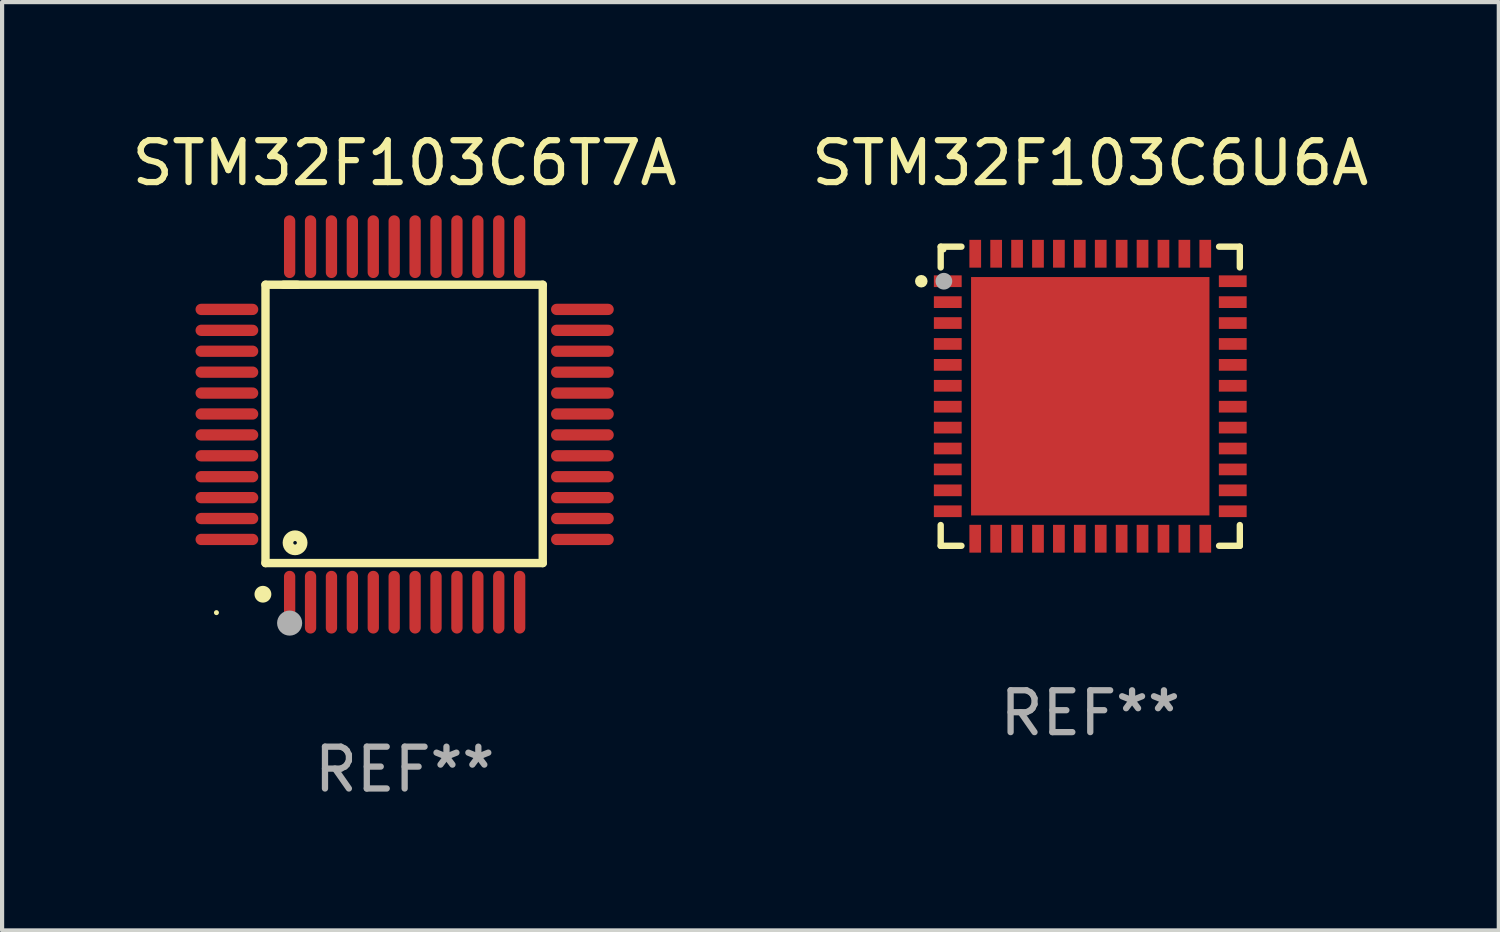
<source format=kicad_pcb>
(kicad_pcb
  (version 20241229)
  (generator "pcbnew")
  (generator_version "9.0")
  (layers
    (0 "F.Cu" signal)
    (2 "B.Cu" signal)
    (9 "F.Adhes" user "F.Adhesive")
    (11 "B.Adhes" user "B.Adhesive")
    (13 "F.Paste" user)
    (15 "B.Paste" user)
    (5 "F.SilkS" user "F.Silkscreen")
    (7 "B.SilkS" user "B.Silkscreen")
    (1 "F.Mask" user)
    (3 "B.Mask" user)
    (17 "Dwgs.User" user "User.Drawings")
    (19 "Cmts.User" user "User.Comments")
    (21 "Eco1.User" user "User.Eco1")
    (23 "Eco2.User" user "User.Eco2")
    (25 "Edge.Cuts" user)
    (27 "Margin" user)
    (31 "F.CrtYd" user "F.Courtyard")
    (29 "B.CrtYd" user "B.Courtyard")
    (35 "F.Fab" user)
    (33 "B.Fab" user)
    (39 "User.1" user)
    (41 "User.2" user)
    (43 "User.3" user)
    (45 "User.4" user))
  (footprint "STM32F103C6U6A"
    (layer "F.Cu")
    (at 23.018 6.424)
    (property "Reference" "STM32F103C6U6A" (at 0 -5.576 0) (layer "F.SilkS") (effects (font (size 1 1) (thickness 0.15))))
    (attr through_hole)
    (fp_line (start -3.576 -3.576) (end -3.576 -3.08) (stroke (width 0.152) (type solid)) (layer "F.SilkS"))
    (fp_line (start -3.576 3.576) (end -3.576 3.08) (stroke (width 0.152) (type solid)) (layer "F.SilkS"))
    (fp_line (start -3.08 -3.576) (end -3.576 -3.576) (stroke (width 0.152) (type solid)) (layer "F.SilkS"))
    (fp_line (start -3.08 3.576) (end -3.576 3.576) (stroke (width 0.152) (type solid)) (layer "F.SilkS"))
    (fp_line (start 3.08 -3.576) (end 3.576 -3.576) (stroke (width 0.152) (type solid)) (layer "F.SilkS"))
    (fp_line (start 3.08 3.576) (end 3.576 3.576) (stroke (width 0.152) (type solid)) (layer "F.SilkS"))
    (fp_line (start 3.576 -3.576) (end 3.576 -3.08) (stroke (width 0.152) (type solid)) (layer "F.SilkS"))
    (fp_line (start 3.576 3.576) (end 3.576 3.08) (stroke (width 0.152) (type solid)) (layer "F.SilkS"))
    (fp_circle (center -4.04 -2.75) (end -3.965 -2.75) (stroke (width 0.15) (type solid)) (fill no) (layer "F.SilkS"))
    (fp_circle (center -3.5 -3.5) (end -3.47 -3.5) (stroke (width 0.06) (type solid)) (fill no) (layer "F.SilkS"))
    (fp_circle (center -3.5 -2.75) (end -3.4 -2.75) (stroke (width 0.2) (type solid)) (fill no) (layer "F.Fab"))
    (fp_text user "REF**" (at 0 7.576 0) (layer "F.Fab") (effects (font (size 1 1) (thickness 0.15))))
    (pad "1" smd rect (at -3.407 -2.75) (size 0.665 0.28) (layers "F.Cu" "F.Mask" "F.Paste"))
    (pad "2" smd rect (at -3.407 -2.25) (size 0.665 0.28) (layers "F.Cu" "F.Mask" "F.Paste"))
    (pad "3" smd rect (at -3.407 -1.75) (size 0.665 0.28) (layers "F.Cu" "F.Mask" "F.Paste"))
    (pad "4" smd rect (at -3.407 -1.25) (size 0.665 0.28) (layers "F.Cu" "F.Mask" "F.Paste"))
    (pad "5" smd rect (at -3.407 -0.75) (size 0.665 0.28) (layers "F.Cu" "F.Mask" "F.Paste"))
    (pad "6" smd rect (at -3.407 -0.25) (size 0.665 0.28) (layers "F.Cu" "F.Mask" "F.Paste"))
    (pad "7" smd rect (at -3.407 0.25) (size 0.665 0.28) (layers "F.Cu" "F.Mask" "F.Paste"))
    (pad "8" smd rect (at -3.407 0.75) (size 0.665 0.28) (layers "F.Cu" "F.Mask" "F.Paste"))
    (pad "9" smd rect (at -3.407 1.25) (size 0.665 0.28) (layers "F.Cu" "F.Mask" "F.Paste"))
    (pad "10" smd rect (at -3.407 1.75) (size 0.665 0.28) (layers "F.Cu" "F.Mask" "F.Paste"))
    (pad "11" smd rect (at -3.407 2.25) (size 0.665 0.28) (layers "F.Cu" "F.Mask" "F.Paste"))
    (pad "12" smd rect (at -3.407 2.75) (size 0.665 0.28) (layers "F.Cu" "F.Mask" "F.Paste"))
    (pad "13" smd rect (at -2.75 3.407) (size 0.28 0.665) (layers "F.Cu" "F.Mask" "F.Paste"))
    (pad "14" smd rect (at -2.25 3.407) (size 0.28 0.665) (layers "F.Cu" "F.Mask" "F.Paste"))
    (pad "15" smd rect (at -1.75 3.407) (size 0.28 0.665) (layers "F.Cu" "F.Mask" "F.Paste"))
    (pad "16" smd rect (at -1.25 3.407) (size 0.28 0.665) (layers "F.Cu" "F.Mask" "F.Paste"))
    (pad "17" smd rect (at -0.75 3.407) (size 0.28 0.665) (layers "F.Cu" "F.Mask" "F.Paste"))
    (pad "18" smd rect (at -0.25 3.407) (size 0.28 0.665) (layers "F.Cu" "F.Mask" "F.Paste"))
    (pad "19" smd rect (at 0.25 3.407) (size 0.28 0.665) (layers "F.Cu" "F.Mask" "F.Paste"))
    (pad "20" smd rect (at 0.75 3.407) (size 0.28 0.665) (layers "F.Cu" "F.Mask" "F.Paste"))
    (pad "21" smd rect (at 1.25 3.407) (size 0.28 0.665) (layers "F.Cu" "F.Mask" "F.Paste"))
    (pad "22" smd rect (at 1.75 3.407) (size 0.28 0.665) (layers "F.Cu" "F.Mask" "F.Paste"))
    (pad "23" smd rect (at 2.25 3.407) (size 0.28 0.665) (layers "F.Cu" "F.Mask" "F.Paste"))
    (pad "24" smd rect (at 2.75 3.407) (size 0.28 0.665) (layers "F.Cu" "F.Mask" "F.Paste"))
    (pad "25" smd rect (at 3.407 2.75) (size 0.665 0.28) (layers "F.Cu" "F.Mask" "F.Paste"))
    (pad "26" smd rect (at 3.407 2.25) (size 0.665 0.28) (layers "F.Cu" "F.Mask" "F.Paste"))
    (pad "27" smd rect (at 3.407 1.75) (size 0.665 0.28) (layers "F.Cu" "F.Mask" "F.Paste"))
    (pad "28" smd rect (at 3.407 1.25) (size 0.665 0.28) (layers "F.Cu" "F.Mask" "F.Paste"))
    (pad "29" smd rect (at 3.407 0.75) (size 0.665 0.28) (layers "F.Cu" "F.Mask" "F.Paste"))
    (pad "30" smd rect (at 3.407 0.25) (size 0.665 0.28) (layers "F.Cu" "F.Mask" "F.Paste"))
    (pad "31" smd rect (at 3.407 -0.25) (size 0.665 0.28) (layers "F.Cu" "F.Mask" "F.Paste"))
    (pad "32" smd rect (at 3.407 -0.75) (size 0.665 0.28) (layers "F.Cu" "F.Mask" "F.Paste"))
    (pad "33" smd rect (at 3.407 -1.25) (size 0.665 0.28) (layers "F.Cu" "F.Mask" "F.Paste"))
    (pad "34" smd rect (at 3.407 -1.75) (size 0.665 0.28) (layers "F.Cu" "F.Mask" "F.Paste"))
    (pad "35" smd rect (at 3.407 -2.25) (size 0.665 0.28) (layers "F.Cu" "F.Mask" "F.Paste"))
    (pad "36" smd rect (at 3.407 -2.75) (size 0.665 0.28) (layers "F.Cu" "F.Mask" "F.Paste"))
    (pad "37" smd rect (at 2.75 -3.407) (size 0.28 0.665) (layers "F.Cu" "F.Mask" "F.Paste"))
    (pad "38" smd rect (at 2.25 -3.407) (size 0.28 0.665) (layers "F.Cu" "F.Mask" "F.Paste"))
    (pad "39" smd rect (at 1.75 -3.407) (size 0.28 0.665) (layers "F.Cu" "F.Mask" "F.Paste"))
    (pad "40" smd rect (at 1.25 -3.407) (size 0.28 0.665) (layers "F.Cu" "F.Mask" "F.Paste"))
    (pad "41" smd rect (at 0.75 -3.407) (size 0.28 0.665) (layers "F.Cu" "F.Mask" "F.Paste"))
    (pad "42" smd rect (at 0.25 -3.407) (size 0.28 0.665) (layers "F.Cu" "F.Mask" "F.Paste"))
    (pad "43" smd rect (at -0.25 -3.407) (size 0.28 0.665) (layers "F.Cu" "F.Mask" "F.Paste"))
    (pad "44" smd rect (at -0.75 -3.407) (size 0.28 0.665) (layers "F.Cu" "F.Mask" "F.Paste"))
    (pad "45" smd rect (at -1.25 -3.407) (size 0.28 0.665) (layers "F.Cu" "F.Mask" "F.Paste"))
    (pad "46" smd rect (at -1.75 -3.407) (size 0.28 0.665) (layers "F.Cu" "F.Mask" "F.Paste"))
    (pad "47" smd rect (at -2.25 -3.407) (size 0.28 0.665) (layers "F.Cu" "F.Mask" "F.Paste"))
    (pad "48" smd rect (at -2.75 -3.407) (size 0.28 0.665) (layers "F.Cu" "F.Mask" "F.Paste"))
    (pad "49" smd rect (at 0 0) (size 5.7 5.7) (layers "F.Cu" "F.Mask" "F.Paste")))
  (footprint "STM32F103C6T7A"
    (layer "F.Cu")
    (at 6.625 7.098)
    (property "Reference" "STM32F103C6T7A" (at 0 -6.25 0) (layer "F.SilkS") (effects (font (size 1 1) (thickness 0.15))))
    (attr through_hole)
    (fp_line (start -3.327 -3.34) (end -2.565 -3.34) (stroke (width 0.2) (type solid)) (layer "F.SilkS"))
    (fp_line (start -3.327 3.315) (end -3.327 -3.34) (stroke (width 0.2) (type solid)) (layer "F.SilkS"))
    (fp_line (start -2.896 -3.34) (end 3.302 -3.34) (stroke (width 0.2) (type solid)) (layer "F.SilkS"))
    (fp_line (start 3.302 -3.34) (end 3.302 3.315) (stroke (width 0.2) (type solid)) (layer "F.SilkS"))
    (fp_line (start 3.302 3.315) (end -3.327 3.315) (stroke (width 0.2) (type solid)) (layer "F.SilkS"))
    (fp_arc (start -3.389992 4.059995) (mid -3.388722 4.059991) (end -3.387452 4.059995) (stroke (width 0.4) (type solid)) (layer "F.SilkS"))
    (fp_circle (center -4.5 4.5) (end -4.47 4.5) (stroke (width 0.06) (type solid)) (fill no) (layer "F.SilkS"))
    (fp_circle (center -2.62 2.83) (end -2.45 2.83) (stroke (width 0.254) (type solid)) (fill no) (layer "F.SilkS"))
    (fp_circle (center -2.75 4.75) (end -2.6 4.75) (stroke (width 0.3) (type solid)) (fill no) (layer "F.Fab"))
    (fp_text user "REF**" (at 0 8.25 0) (layer "F.Fab") (effects (font (size 1 1) (thickness 0.15))))
    (pad "1" smd oval (at -2.75 4.25) (size 0.27 1.5) (layers "F.Cu" "F.Mask" "F.Paste"))
    (pad "2" smd oval (at -2.25 4.25) (size 0.27 1.5) (layers "F.Cu" "F.Mask" "F.Paste"))
    (pad "3" smd oval (at -1.75 4.25) (size 0.27 1.5) (layers "F.Cu" "F.Mask" "F.Paste"))
    (pad "4" smd oval (at -1.25 4.25) (size 0.27 1.5) (layers "F.Cu" "F.Mask" "F.Paste"))
    (pad "5" smd oval (at -0.75 4.25) (size 0.27 1.5) (layers "F.Cu" "F.Mask" "F.Paste"))
    (pad "6" smd oval (at -0.25 4.25) (size 0.27 1.5) (layers "F.Cu" "F.Mask" "F.Paste"))
    (pad "7" smd oval (at 0.25 4.25) (size 0.27 1.5) (layers "F.Cu" "F.Mask" "F.Paste"))
    (pad "8" smd oval (at 0.75 4.25) (size 0.27 1.5) (layers "F.Cu" "F.Mask" "F.Paste"))
    (pad "9" smd oval (at 1.25 4.25) (size 0.27 1.5) (layers "F.Cu" "F.Mask" "F.Paste"))
    (pad "10" smd oval (at 1.75 4.25) (size 0.27 1.5) (layers "F.Cu" "F.Mask" "F.Paste"))
    (pad "11" smd oval (at 2.25 4.25) (size 0.27 1.5) (layers "F.Cu" "F.Mask" "F.Paste"))
    (pad "12" smd oval (at 2.75 4.25) (size 0.27 1.5) (layers "F.Cu" "F.Mask" "F.Paste"))
    (pad "13" smd oval (at 4.25 2.75) (size 1.5 0.27) (layers "F.Cu" "F.Mask" "F.Paste"))
    (pad "14" smd oval (at 4.25 2.25) (size 1.5 0.27) (layers "F.Cu" "F.Mask" "F.Paste"))
    (pad "15" smd oval (at 4.25 1.75) (size 1.5 0.27) (layers "F.Cu" "F.Mask" "F.Paste"))
    (pad "16" smd oval (at 4.25 1.25) (size 1.5 0.27) (layers "F.Cu" "F.Mask" "F.Paste"))
    (pad "17" smd oval (at 4.25 0.75) (size 1.5 0.27) (layers "F.Cu" "F.Mask" "F.Paste"))
    (pad "18" smd oval (at 4.25 0.25) (size 1.5 0.27) (layers "F.Cu" "F.Mask" "F.Paste"))
    (pad "19" smd oval (at 4.25 -0.25) (size 1.5 0.27) (layers "F.Cu" "F.Mask" "F.Paste"))
    (pad "20" smd oval (at 4.25 -0.75) (size 1.5 0.27) (layers "F.Cu" "F.Mask" "F.Paste"))
    (pad "21" smd oval (at 4.25 -1.25) (size 1.5 0.27) (layers "F.Cu" "F.Mask" "F.Paste"))
    (pad "22" smd oval (at 4.25 -1.75) (size 1.5 0.27) (layers "F.Cu" "F.Mask" "F.Paste"))
    (pad "23" smd oval (at 4.25 -2.25) (size 1.5 0.27) (layers "F.Cu" "F.Mask" "F.Paste"))
    (pad "24" smd oval (at 4.25 -2.75) (size 1.5 0.27) (layers "F.Cu" "F.Mask" "F.Paste"))
    (pad "25" smd oval (at 2.75 -4.25) (size 0.27 1.5) (layers "F.Cu" "F.Mask" "F.Paste"))
    (pad "26" smd oval (at 2.25 -4.25) (size 0.27 1.5) (layers "F.Cu" "F.Mask" "F.Paste"))
    (pad "27" smd oval (at 1.75 -4.25) (size 0.27 1.5) (layers "F.Cu" "F.Mask" "F.Paste"))
    (pad "28" smd oval (at 1.25 -4.25) (size 0.27 1.5) (layers "F.Cu" "F.Mask" "F.Paste"))
    (pad "29" smd oval (at 0.75 -4.25) (size 0.27 1.5) (layers "F.Cu" "F.Mask" "F.Paste"))
    (pad "30" smd oval (at 0.25 -4.25) (size 0.27 1.5) (layers "F.Cu" "F.Mask" "F.Paste"))
    (pad "31" smd oval (at -0.25 -4.25) (size 0.27 1.5) (layers "F.Cu" "F.Mask" "F.Paste"))
    (pad "32" smd oval (at -0.75 -4.25) (size 0.27 1.5) (layers "F.Cu" "F.Mask" "F.Paste"))
    (pad "33" smd oval (at -1.25 -4.25) (size 0.27 1.5) (layers "F.Cu" "F.Mask" "F.Paste"))
    (pad "34" smd oval (at -1.75 -4.25) (size 0.27 1.5) (layers "F.Cu" "F.Mask" "F.Paste"))
    (pad "35" smd oval (at -2.25 -4.25) (size 0.27 1.5) (layers "F.Cu" "F.Mask" "F.Paste"))
    (pad "36" smd oval (at -2.75 -4.25) (size 0.27 1.5) (layers "F.Cu" "F.Mask" "F.Paste"))
    (pad "37" smd oval (at -4.25 -2.75) (size 1.5 0.27) (layers "F.Cu" "F.Mask" "F.Paste"))
    (pad "38" smd oval (at -4.25 -2.25) (size 1.5 0.27) (layers "F.Cu" "F.Mask" "F.Paste"))
    (pad "39" smd oval (at -4.25 -1.75) (size 1.5 0.27) (layers "F.Cu" "F.Mask" "F.Paste"))
    (pad "40" smd oval (at -4.25 -1.25) (size 1.5 0.27) (layers "F.Cu" "F.Mask" "F.Paste"))
    (pad "41" smd oval (at -4.25 -0.75) (size 1.5 0.27) (layers "F.Cu" "F.Mask" "F.Paste"))
    (pad "42" smd oval (at -4.25 -0.25) (size 1.5 0.27) (layers "F.Cu" "F.Mask" "F.Paste"))
    (pad "43" smd oval (at -4.25 0.25) (size 1.5 0.27) (layers "F.Cu" "F.Mask" "F.Paste"))
    (pad "44" smd oval (at -4.25 0.75) (size 1.5 0.27) (layers "F.Cu" "F.Mask" "F.Paste"))
    (pad "45" smd oval (at -4.25 1.25) (size 1.5 0.27) (layers "F.Cu" "F.Mask" "F.Paste"))
    (pad "46" smd oval (at -4.25 1.75) (size 1.5 0.27) (layers "F.Cu" "F.Mask" "F.Paste"))
    (pad "47" smd oval (at -4.25 2.25) (size 1.5 0.27) (layers "F.Cu" "F.Mask" "F.Paste"))
    (pad "48" smd oval (at -4.25 2.75) (size 1.5 0.27) (layers "F.Cu" "F.Mask" "F.Paste")))
  (gr_rect
    (start -3 -3)
    (end 32.786 19.196)
    (stroke (width 0.1) (type default))
    (fill no)
    (layer "Edge.Cuts")))
</source>
